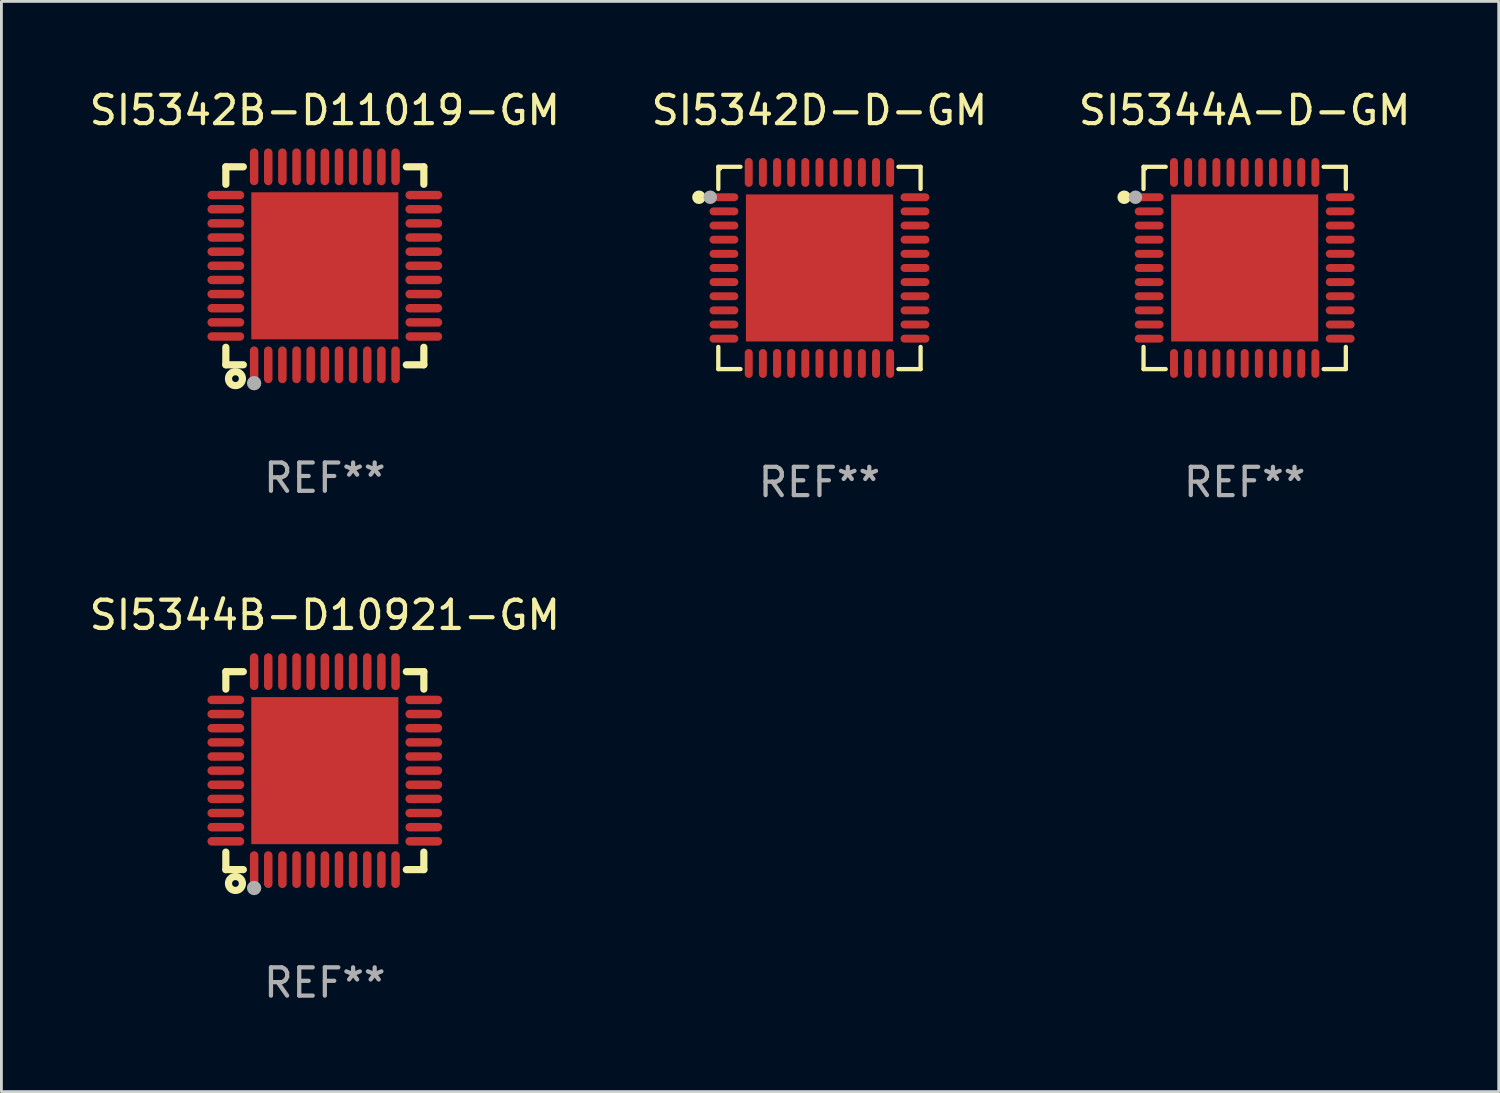
<source format=kicad_pcb>
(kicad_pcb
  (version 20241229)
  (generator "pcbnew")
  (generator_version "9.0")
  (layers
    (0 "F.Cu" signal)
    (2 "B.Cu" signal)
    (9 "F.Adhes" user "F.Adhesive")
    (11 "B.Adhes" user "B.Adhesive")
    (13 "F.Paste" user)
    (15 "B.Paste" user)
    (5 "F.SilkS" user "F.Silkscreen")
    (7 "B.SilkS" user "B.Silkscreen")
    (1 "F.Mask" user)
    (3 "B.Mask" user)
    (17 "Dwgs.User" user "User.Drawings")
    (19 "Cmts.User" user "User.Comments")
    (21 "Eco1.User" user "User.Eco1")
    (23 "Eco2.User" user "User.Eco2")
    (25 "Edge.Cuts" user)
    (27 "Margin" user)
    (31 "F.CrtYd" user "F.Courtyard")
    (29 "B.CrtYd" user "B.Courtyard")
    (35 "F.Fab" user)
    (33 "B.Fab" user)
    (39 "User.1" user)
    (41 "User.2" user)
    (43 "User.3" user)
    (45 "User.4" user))
  (footprint "SI5344A-D-GM"
    (layer "F.Cu")
    (at 40.958 6.424)
    (property "Reference" "SI5344A-D-GM" (at 0 -5.576 0) (layer "F.SilkS") (effects (font (size 1 1) (thickness 0.15))))
    (attr through_hole)
    (fp_line (start -3.576 -3.576) (end -2.792 -3.576) (stroke (width 0.152) (type solid)) (layer "F.SilkS"))
    (fp_line (start -3.576 -2.792) (end -3.576 -3.576) (stroke (width 0.152) (type solid)) (layer "F.SilkS"))
    (fp_line (start -3.576 2.792) (end -3.576 3.576) (stroke (width 0.152) (type solid)) (layer "F.SilkS"))
    (fp_line (start -3.576 3.576) (end -2.792 3.576) (stroke (width 0.152) (type solid)) (layer "F.SilkS"))
    (fp_line (start 3.576 -3.576) (end 2.792 -3.576) (stroke (width 0.152) (type solid)) (layer "F.SilkS"))
    (fp_line (start 3.576 -2.792) (end 3.576 -3.576) (stroke (width 0.152) (type solid)) (layer "F.SilkS"))
    (fp_line (start 3.576 2.792) (end 3.576 3.576) (stroke (width 0.152) (type solid)) (layer "F.SilkS"))
    (fp_line (start 3.576 3.576) (end 2.792 3.576) (stroke (width 0.152) (type solid)) (layer "F.SilkS"))
    (fp_circle (center -4.261 -2.5) (end -4.141 -2.5) (stroke (width 0.24) (type solid)) (fill no) (layer "F.SilkS"))
    (fp_circle (center -3.5 -3.5) (end -3.47 -3.5) (stroke (width 0.06) (type solid)) (fill no) (layer "F.SilkS"))
    (fp_circle (center -3.861 -2.5) (end -3.741 -2.5) (stroke (width 0.24) (type solid)) (fill no) (layer "F.Fab"))
    (fp_text user "REF**" (at 0 7.576 0) (layer "F.Fab") (effects (font (size 1 1) (thickness 0.15))))
    (pad "1" smd oval (at -3.377 -2.5) (size 1.02 0.28) (layers "F.Cu" "F.Mask" "F.Paste"))
    (pad "2" smd oval (at -3.377 -2) (size 1.02 0.28) (layers "F.Cu" "F.Mask" "F.Paste"))
    (pad "3" smd oval (at -3.377 -1.5) (size 1.02 0.28) (layers "F.Cu" "F.Mask" "F.Paste"))
    (pad "4" smd oval (at -3.377 -1) (size 1.02 0.28) (layers "F.Cu" "F.Mask" "F.Paste"))
    (pad "5" smd oval (at -3.377 -0.5) (size 1.02 0.28) (layers "F.Cu" "F.Mask" "F.Paste"))
    (pad "6" smd oval (at -3.377 0) (size 1.02 0.28) (layers "F.Cu" "F.Mask" "F.Paste"))
    (pad "7" smd oval (at -3.377 0.5) (size 1.02 0.28) (layers "F.Cu" "F.Mask" "F.Paste"))
    (pad "8" smd oval (at -3.377 1) (size 1.02 0.28) (layers "F.Cu" "F.Mask" "F.Paste"))
    (pad "9" smd oval (at -3.377 1.5) (size 1.02 0.28) (layers "F.Cu" "F.Mask" "F.Paste"))
    (pad "10" smd oval (at -3.377 2) (size 1.02 0.28) (layers "F.Cu" "F.Mask" "F.Paste"))
    (pad "11" smd oval (at -3.377 2.5) (size 1.02 0.28) (layers "F.Cu" "F.Mask" "F.Paste"))
    (pad "12" smd oval (at -2.5 3.377) (size 0.28 1.02) (layers "F.Cu" "F.Mask" "F.Paste"))
    (pad "13" smd oval (at -2 3.377) (size 0.28 1.02) (layers "F.Cu" "F.Mask" "F.Paste"))
    (pad "14" smd oval (at -1.5 3.377) (size 0.28 1.02) (layers "F.Cu" "F.Mask" "F.Paste"))
    (pad "15" smd oval (at -1 3.377) (size 0.28 1.02) (layers "F.Cu" "F.Mask" "F.Paste"))
    (pad "16" smd oval (at -0.5 3.377) (size 0.28 1.02) (layers "F.Cu" "F.Mask" "F.Paste"))
    (pad "17" smd oval (at 0 3.377) (size 0.28 1.02) (layers "F.Cu" "F.Mask" "F.Paste"))
    (pad "18" smd oval (at 0.5 3.377) (size 0.28 1.02) (layers "F.Cu" "F.Mask" "F.Paste"))
    (pad "19" smd oval (at 1 3.377) (size 0.28 1.02) (layers "F.Cu" "F.Mask" "F.Paste"))
    (pad "20" smd oval (at 1.5 3.377) (size 0.28 1.02) (layers "F.Cu" "F.Mask" "F.Paste"))
    (pad "21" smd oval (at 2 3.377) (size 0.28 1.02) (layers "F.Cu" "F.Mask" "F.Paste"))
    (pad "22" smd oval (at 2.5 3.377) (size 0.28 1.02) (layers "F.Cu" "F.Mask" "F.Paste"))
    (pad "23" smd oval (at 3.377 2.5) (size 1.02 0.28) (layers "F.Cu" "F.Mask" "F.Paste"))
    (pad "24" smd oval (at 3.377 2) (size 1.02 0.28) (layers "F.Cu" "F.Mask" "F.Paste"))
    (pad "25" smd oval (at 3.377 1.5) (size 1.02 0.28) (layers "F.Cu" "F.Mask" "F.Paste"))
    (pad "26" smd oval (at 3.377 1) (size 1.02 0.28) (layers "F.Cu" "F.Mask" "F.Paste"))
    (pad "27" smd oval (at 3.377 0.5) (size 1.02 0.28) (layers "F.Cu" "F.Mask" "F.Paste"))
    (pad "28" smd oval (at 3.377 0) (size 1.02 0.28) (layers "F.Cu" "F.Mask" "F.Paste"))
    (pad "29" smd oval (at 3.377 -0.5) (size 1.02 0.28) (layers "F.Cu" "F.Mask" "F.Paste"))
    (pad "30" smd oval (at 3.377 -1) (size 1.02 0.28) (layers "F.Cu" "F.Mask" "F.Paste"))
    (pad "31" smd oval (at 3.377 -1.5) (size 1.02 0.28) (layers "F.Cu" "F.Mask" "F.Paste"))
    (pad "32" smd oval (at 3.377 -2) (size 1.02 0.28) (layers "F.Cu" "F.Mask" "F.Paste"))
    (pad "33" smd oval (at 3.377 -2.5) (size 1.02 0.28) (layers "F.Cu" "F.Mask" "F.Paste"))
    (pad "34" smd oval (at 2.5 -3.377) (size 0.28 1.02) (layers "F.Cu" "F.Mask" "F.Paste"))
    (pad "35" smd oval (at 2 -3.377) (size 0.28 1.02) (layers "F.Cu" "F.Mask" "F.Paste"))
    (pad "36" smd oval (at 1.5 -3.377) (size 0.28 1.02) (layers "F.Cu" "F.Mask" "F.Paste"))
    (pad "37" smd oval (at 1 -3.377) (size 0.28 1.02) (layers "F.Cu" "F.Mask" "F.Paste"))
    (pad "38" smd oval (at 0.5 -3.377) (size 0.28 1.02) (layers "F.Cu" "F.Mask" "F.Paste"))
    (pad "39" smd oval (at 0 -3.377) (size 0.28 1.02) (layers "F.Cu" "F.Mask" "F.Paste"))
    (pad "40" smd oval (at -0.5 -3.377) (size 0.28 1.02) (layers "F.Cu" "F.Mask" "F.Paste"))
    (pad "41" smd oval (at -1 -3.377) (size 0.28 1.02) (layers "F.Cu" "F.Mask" "F.Paste"))
    (pad "42" smd oval (at -1.5 -3.377) (size 0.28 1.02) (layers "F.Cu" "F.Mask" "F.Paste"))
    (pad "43" smd oval (at -2 -3.377) (size 0.28 1.02) (layers "F.Cu" "F.Mask" "F.Paste"))
    (pad "44" smd oval (at -2.5 -3.377) (size 0.28 1.02) (layers "F.Cu" "F.Mask" "F.Paste"))
    (pad "45" smd rect (at 0 0) (size 5.2 5.2) (layers "F.Cu" "F.Mask" "F.Paste")))
  (footprint "SI5342D-D-GM"
    (layer "F.Cu")
    (at 25.923 6.424)
    (property "Reference" "SI5342D-D-GM" (at 0 -5.576 0) (layer "F.SilkS") (effects (font (size 1 1) (thickness 0.15))))
    (attr through_hole)
    (fp_line (start -3.576 -3.576) (end -2.792 -3.576) (stroke (width 0.152) (type solid)) (layer "F.SilkS"))
    (fp_line (start -3.576 -2.792) (end -3.576 -3.576) (stroke (width 0.152) (type solid)) (layer "F.SilkS"))
    (fp_line (start -3.576 2.792) (end -3.576 3.576) (stroke (width 0.152) (type solid)) (layer "F.SilkS"))
    (fp_line (start -3.576 3.576) (end -2.792 3.576) (stroke (width 0.152) (type solid)) (layer "F.SilkS"))
    (fp_line (start 3.576 -3.576) (end 2.792 -3.576) (stroke (width 0.152) (type solid)) (layer "F.SilkS"))
    (fp_line (start 3.576 -2.792) (end 3.576 -3.576) (stroke (width 0.152) (type solid)) (layer "F.SilkS"))
    (fp_line (start 3.576 2.792) (end 3.576 3.576) (stroke (width 0.152) (type solid)) (layer "F.SilkS"))
    (fp_line (start 3.576 3.576) (end 2.792 3.576) (stroke (width 0.152) (type solid)) (layer "F.SilkS"))
    (fp_circle (center -4.261 -2.5) (end -4.141 -2.5) (stroke (width 0.24) (type solid)) (fill no) (layer "F.SilkS"))
    (fp_circle (center -3.5 -3.5) (end -3.47 -3.5) (stroke (width 0.06) (type solid)) (fill no) (layer "F.SilkS"))
    (fp_circle (center -3.861 -2.5) (end -3.741 -2.5) (stroke (width 0.24) (type solid)) (fill no) (layer "F.Fab"))
    (fp_text user "REF**" (at 0 7.576 0) (layer "F.Fab") (effects (font (size 1 1) (thickness 0.15))))
    (pad "1" smd oval (at -3.377 -2.5) (size 1.02 0.28) (layers "F.Cu" "F.Mask" "F.Paste"))
    (pad "2" smd oval (at -3.377 -2) (size 1.02 0.28) (layers "F.Cu" "F.Mask" "F.Paste"))
    (pad "3" smd oval (at -3.377 -1.5) (size 1.02 0.28) (layers "F.Cu" "F.Mask" "F.Paste"))
    (pad "4" smd oval (at -3.377 -1) (size 1.02 0.28) (layers "F.Cu" "F.Mask" "F.Paste"))
    (pad "5" smd oval (at -3.377 -0.5) (size 1.02 0.28) (layers "F.Cu" "F.Mask" "F.Paste"))
    (pad "6" smd oval (at -3.377 0) (size 1.02 0.28) (layers "F.Cu" "F.Mask" "F.Paste"))
    (pad "7" smd oval (at -3.377 0.5) (size 1.02 0.28) (layers "F.Cu" "F.Mask" "F.Paste"))
    (pad "8" smd oval (at -3.377 1) (size 1.02 0.28) (layers "F.Cu" "F.Mask" "F.Paste"))
    (pad "9" smd oval (at -3.377 1.5) (size 1.02 0.28) (layers "F.Cu" "F.Mask" "F.Paste"))
    (pad "10" smd oval (at -3.377 2) (size 1.02 0.28) (layers "F.Cu" "F.Mask" "F.Paste"))
    (pad "11" smd oval (at -3.377 2.5) (size 1.02 0.28) (layers "F.Cu" "F.Mask" "F.Paste"))
    (pad "12" smd oval (at -2.5 3.377) (size 0.28 1.02) (layers "F.Cu" "F.Mask" "F.Paste"))
    (pad "13" smd oval (at -2 3.377) (size 0.28 1.02) (layers "F.Cu" "F.Mask" "F.Paste"))
    (pad "14" smd oval (at -1.5 3.377) (size 0.28 1.02) (layers "F.Cu" "F.Mask" "F.Paste"))
    (pad "15" smd oval (at -1 3.377) (size 0.28 1.02) (layers "F.Cu" "F.Mask" "F.Paste"))
    (pad "16" smd oval (at -0.5 3.377) (size 0.28 1.02) (layers "F.Cu" "F.Mask" "F.Paste"))
    (pad "17" smd oval (at 0 3.377) (size 0.28 1.02) (layers "F.Cu" "F.Mask" "F.Paste"))
    (pad "18" smd oval (at 0.5 3.377) (size 0.28 1.02) (layers "F.Cu" "F.Mask" "F.Paste"))
    (pad "19" smd oval (at 1 3.377) (size 0.28 1.02) (layers "F.Cu" "F.Mask" "F.Paste"))
    (pad "20" smd oval (at 1.5 3.377) (size 0.28 1.02) (layers "F.Cu" "F.Mask" "F.Paste"))
    (pad "21" smd oval (at 2 3.377) (size 0.28 1.02) (layers "F.Cu" "F.Mask" "F.Paste"))
    (pad "22" smd oval (at 2.5 3.377) (size 0.28 1.02) (layers "F.Cu" "F.Mask" "F.Paste"))
    (pad "23" smd oval (at 3.377 2.5) (size 1.02 0.28) (layers "F.Cu" "F.Mask" "F.Paste"))
    (pad "24" smd oval (at 3.377 2) (size 1.02 0.28) (layers "F.Cu" "F.Mask" "F.Paste"))
    (pad "25" smd oval (at 3.377 1.5) (size 1.02 0.28) (layers "F.Cu" "F.Mask" "F.Paste"))
    (pad "26" smd oval (at 3.377 1) (size 1.02 0.28) (layers "F.Cu" "F.Mask" "F.Paste"))
    (pad "27" smd oval (at 3.377 0.5) (size 1.02 0.28) (layers "F.Cu" "F.Mask" "F.Paste"))
    (pad "28" smd oval (at 3.377 0) (size 1.02 0.28) (layers "F.Cu" "F.Mask" "F.Paste"))
    (pad "29" smd oval (at 3.377 -0.5) (size 1.02 0.28) (layers "F.Cu" "F.Mask" "F.Paste"))
    (pad "30" smd oval (at 3.377 -1) (size 1.02 0.28) (layers "F.Cu" "F.Mask" "F.Paste"))
    (pad "31" smd oval (at 3.377 -1.5) (size 1.02 0.28) (layers "F.Cu" "F.Mask" "F.Paste"))
    (pad "32" smd oval (at 3.377 -2) (size 1.02 0.28) (layers "F.Cu" "F.Mask" "F.Paste"))
    (pad "33" smd oval (at 3.377 -2.5) (size 1.02 0.28) (layers "F.Cu" "F.Mask" "F.Paste"))
    (pad "34" smd oval (at 2.5 -3.377) (size 0.28 1.02) (layers "F.Cu" "F.Mask" "F.Paste"))
    (pad "35" smd oval (at 2 -3.377) (size 0.28 1.02) (layers "F.Cu" "F.Mask" "F.Paste"))
    (pad "36" smd oval (at 1.5 -3.377) (size 0.28 1.02) (layers "F.Cu" "F.Mask" "F.Paste"))
    (pad "37" smd oval (at 1 -3.377) (size 0.28 1.02) (layers "F.Cu" "F.Mask" "F.Paste"))
    (pad "38" smd oval (at 0.5 -3.377) (size 0.28 1.02) (layers "F.Cu" "F.Mask" "F.Paste"))
    (pad "39" smd oval (at 0 -3.377) (size 0.28 1.02) (layers "F.Cu" "F.Mask" "F.Paste"))
    (pad "40" smd oval (at -0.5 -3.377) (size 0.28 1.02) (layers "F.Cu" "F.Mask" "F.Paste"))
    (pad "41" smd oval (at -1 -3.377) (size 0.28 1.02) (layers "F.Cu" "F.Mask" "F.Paste"))
    (pad "42" smd oval (at -1.5 -3.377) (size 0.28 1.02) (layers "F.Cu" "F.Mask" "F.Paste"))
    (pad "43" smd oval (at -2 -3.377) (size 0.28 1.02) (layers "F.Cu" "F.Mask" "F.Paste"))
    (pad "44" smd oval (at -2.5 -3.377) (size 0.28 1.02) (layers "F.Cu" "F.Mask" "F.Paste"))
    (pad "45" smd rect (at 0 0) (size 5.2 5.2) (layers "F.Cu" "F.Mask" "F.Paste")))
  (footprint "SI5342B-D11019-GM"
    (layer "F.Cu")
    (at 8.435 6.348)
    (property "Reference" "SI5342B-D11019-GM" (at 0 -5.5 0) (layer "F.SilkS") (effects (font (size 1 1) (thickness 0.15))))
    (attr through_hole)
    (fp_line (start -3.5 -3.5) (end -2.881 -3.5) (stroke (width 0.254) (type solid)) (layer "F.SilkS"))
    (fp_line (start -3.5 -2.881) (end -3.5 -3.5) (stroke (width 0.254) (type solid)) (layer "F.SilkS"))
    (fp_line (start -3.5 3.5) (end -3.5 2.881) (stroke (width 0.254) (type solid)) (layer "F.SilkS"))
    (fp_line (start -2.881 3.5) (end -3.5 3.5) (stroke (width 0.254) (type solid)) (layer "F.SilkS"))
    (fp_line (start 2.881 -3.5) (end 3.5 -3.5) (stroke (width 0.254) (type solid)) (layer "F.SilkS"))
    (fp_line (start 3.5 -3.5) (end 3.5 -2.881) (stroke (width 0.254) (type solid)) (layer "F.SilkS"))
    (fp_line (start 3.5 2.881) (end 3.5 3.5) (stroke (width 0.254) (type solid)) (layer "F.SilkS"))
    (fp_line (start 3.5 3.5) (end 2.881 3.5) (stroke (width 0.254) (type solid)) (layer "F.SilkS"))
    (fp_circle (center -3.5 3.5) (end -3.47 3.5) (stroke (width 0.06) (type solid)) (fill no) (layer "F.SilkS"))
    (fp_circle (center -3.16 3.99) (end -3.04 3.99) (stroke (width 0.254) (type solid)) (fill no) (layer "F.SilkS"))
    (fp_circle (center -2.5 4.15) (end -2.373 4.15) (stroke (width 0.254) (type solid)) (fill no) (layer "F.Fab"))
    (fp_text user "REF**" (at 0 7.5 0) (layer "F.Fab") (effects (font (size 1 1) (thickness 0.15))))
    (pad "1" smd oval (at -2.5 3.5 90) (size 1.3 0.3) (layers "F.Cu" "F.Mask" "F.Paste"))
    (pad "2" smd oval (at -2 3.5 90) (size 1.3 0.3) (layers "F.Cu" "F.Mask" "F.Paste"))
    (pad "3" smd oval (at -1.5 3.5 90) (size 1.3 0.3) (layers "F.Cu" "F.Mask" "F.Paste"))
    (pad "4" smd oval (at -1 3.5 90) (size 1.3 0.3) (layers "F.Cu" "F.Mask" "F.Paste"))
    (pad "5" smd oval (at -0.5 3.5 90) (size 1.3 0.3) (layers "F.Cu" "F.Mask" "F.Paste"))
    (pad "6" smd oval (at -0.000127 3.5 90) (size 1.3 0.3) (layers "F.Cu" "F.Mask" "F.Paste"))
    (pad "7" smd oval (at 0.5 3.5 90) (size 1.3 0.3) (layers "F.Cu" "F.Mask" "F.Paste"))
    (pad "8" smd oval (at 1 3.5 90) (size 1.3 0.3) (layers "F.Cu" "F.Mask" "F.Paste"))
    (pad "9" smd oval (at 1.5 3.5 90) (size 1.3 0.3) (layers "F.Cu" "F.Mask" "F.Paste"))
    (pad "10" smd oval (at 2 3.5 90) (size 1.3 0.3) (layers "F.Cu" "F.Mask" "F.Paste"))
    (pad "11" smd oval (at 2.5 3.5 90) (size 1.3 0.3) (layers "F.Cu" "F.Mask" "F.Paste"))
    (pad "12" smd oval (at 3.5 2.5 90) (size 0.3 1.3) (layers "F.Cu" "F.Mask" "F.Paste"))
    (pad "13" smd oval (at 3.5 2 90) (size 0.3 1.3) (layers "F.Cu" "F.Mask" "F.Paste"))
    (pad "14" smd oval (at 3.5 1.5 90) (size 0.3 1.3) (layers "F.Cu" "F.Mask" "F.Paste"))
    (pad "15" smd oval (at 3.5 1 90) (size 0.3 1.3) (layers "F.Cu" "F.Mask" "F.Paste"))
    (pad "16" smd oval (at 3.5 0.5 90) (size 0.3 1.3) (layers "F.Cu" "F.Mask" "F.Paste"))
    (pad "17" smd oval (at 3.5 0.000127 90) (size 0.3 1.3) (layers "F.Cu" "F.Mask" "F.Paste"))
    (pad "18" smd oval (at 3.5 -0.5 90) (size 0.3 1.3) (layers "F.Cu" "F.Mask" "F.Paste"))
    (pad "19" smd oval (at 3.5 -1 90) (size 0.3 1.3) (layers "F.Cu" "F.Mask" "F.Paste"))
    (pad "20" smd oval (at 3.5 -1.5 90) (size 0.3 1.3) (layers "F.Cu" "F.Mask" "F.Paste"))
    (pad "21" smd oval (at 3.5 -2 90) (size 0.3 1.3) (layers "F.Cu" "F.Mask" "F.Paste"))
    (pad "22" smd oval (at 3.5 -2.5 90) (size 0.3 1.3) (layers "F.Cu" "F.Mask" "F.Paste"))
    (pad "23" smd oval (at 2.5 -3.5 90) (size 1.3 0.3) (layers "F.Cu" "F.Mask" "F.Paste"))
    (pad "24" smd oval (at 2 -3.5 90) (size 1.3 0.3) (layers "F.Cu" "F.Mask" "F.Paste"))
    (pad "25" smd oval (at 1.5 -3.5 90) (size 1.3 0.3) (layers "F.Cu" "F.Mask" "F.Paste"))
    (pad "26" smd oval (at 1 -3.5 90) (size 1.3 0.3) (layers "F.Cu" "F.Mask" "F.Paste"))
    (pad "27" smd oval (at 0.5 -3.5 90) (size 1.3 0.3) (layers "F.Cu" "F.Mask" "F.Paste"))
    (pad "28" smd oval (at -0.000127 -3.5 90) (size 1.3 0.3) (layers "F.Cu" "F.Mask" "F.Paste"))
    (pad "29" smd oval (at -0.5 -3.5 90) (size 1.3 0.3) (layers "F.Cu" "F.Mask" "F.Paste"))
    (pad "30" smd oval (at -1 -3.5 90) (size 1.3 0.3) (layers "F.Cu" "F.Mask" "F.Paste"))
    (pad "31" smd oval (at -1.5 -3.5 90) (size 1.3 0.3) (layers "F.Cu" "F.Mask" "F.Paste"))
    (pad "32" smd oval (at -2 -3.5 90) (size 1.3 0.3) (layers "F.Cu" "F.Mask" "F.Paste"))
    (pad "33" smd oval (at -2.5 -3.5 90) (size 1.3 0.3) (layers "F.Cu" "F.Mask" "F.Paste"))
    (pad "34" smd oval (at -3.5 -2.5 90) (size 0.3 1.3) (layers "F.Cu" "F.Mask" "F.Paste"))
    (pad "35" smd oval (at -3.5 -2 90) (size 0.3 1.3) (layers "F.Cu" "F.Mask" "F.Paste"))
    (pad "36" smd oval (at -3.5 -1.5 90) (size 0.3 1.3) (layers "F.Cu" "F.Mask" "F.Paste"))
    (pad "37" smd oval (at -3.5 -1 90) (size 0.3 1.3) (layers "F.Cu" "F.Mask" "F.Paste"))
    (pad "38" smd oval (at -3.5 -0.5 90) (size 0.3 1.3) (layers "F.Cu" "F.Mask" "F.Paste"))
    (pad "39" smd oval (at -3.5 0.000127 90) (size 0.3 1.3) (layers "F.Cu" "F.Mask" "F.Paste"))
    (pad "40" smd oval (at -3.5 0.5 90) (size 0.3 1.3) (layers "F.Cu" "F.Mask" "F.Paste"))
    (pad "41" smd oval (at -3.5 1 90) (size 0.3 1.3) (layers "F.Cu" "F.Mask" "F.Paste"))
    (pad "42" smd oval (at -3.5 1.5 90) (size 0.3 1.3) (layers "F.Cu" "F.Mask" "F.Paste"))
    (pad "43" smd oval (at -3.5 2 90) (size 0.3 1.3) (layers "F.Cu" "F.Mask" "F.Paste"))
    (pad "44" smd oval (at -3.5 2.5 90) (size 0.3 1.3) (layers "F.Cu" "F.Mask" "F.Paste"))
    (pad "45" smd rect (at -0.000127 0.000127 90) (size 5.2 5.2) (layers "F.Cu" "F.Mask" "F.Paste")))
  (footprint "SI5344B-D10921-GM"
    (layer "F.Cu")
    (at 8.435 24.197)
    (property "Reference" "SI5344B-D10921-GM" (at 0 -5.5 0) (layer "F.SilkS") (effects (font (size 1 1) (thickness 0.15))))
    (attr through_hole)
    (fp_line (start -3.5 -3.5) (end -2.881 -3.5) (stroke (width 0.254) (type solid)) (layer "F.SilkS"))
    (fp_line (start -3.5 -2.881) (end -3.5 -3.5) (stroke (width 0.254) (type solid)) (layer "F.SilkS"))
    (fp_line (start -3.5 3.5) (end -3.5 2.881) (stroke (width 0.254) (type solid)) (layer "F.SilkS"))
    (fp_line (start -2.881 3.5) (end -3.5 3.5) (stroke (width 0.254) (type solid)) (layer "F.SilkS"))
    (fp_line (start 2.881 -3.5) (end 3.5 -3.5) (stroke (width 0.254) (type solid)) (layer "F.SilkS"))
    (fp_line (start 3.5 -3.5) (end 3.5 -2.881) (stroke (width 0.254) (type solid)) (layer "F.SilkS"))
    (fp_line (start 3.5 2.881) (end 3.5 3.5) (stroke (width 0.254) (type solid)) (layer "F.SilkS"))
    (fp_line (start 3.5 3.5) (end 2.881 3.5) (stroke (width 0.254) (type solid)) (layer "F.SilkS"))
    (fp_circle (center -3.5 3.5) (end -3.47 3.5) (stroke (width 0.06) (type solid)) (fill no) (layer "F.SilkS"))
    (fp_circle (center -3.16 3.99) (end -3.04 3.99) (stroke (width 0.254) (type solid)) (fill no) (layer "F.SilkS"))
    (fp_circle (center -2.5 4.15) (end -2.373 4.15) (stroke (width 0.254) (type solid)) (fill no) (layer "F.Fab"))
    (fp_text user "REF**" (at 0 7.5 0) (layer "F.Fab") (effects (font (size 1 1) (thickness 0.15))))
    (pad "1" smd oval (at -2.5 3.5 90) (size 1.3 0.3) (layers "F.Cu" "F.Mask" "F.Paste"))
    (pad "2" smd oval (at -2 3.5 90) (size 1.3 0.3) (layers "F.Cu" "F.Mask" "F.Paste"))
    (pad "3" smd oval (at -1.5 3.5 90) (size 1.3 0.3) (layers "F.Cu" "F.Mask" "F.Paste"))
    (pad "4" smd oval (at -1 3.5 90) (size 1.3 0.3) (layers "F.Cu" "F.Mask" "F.Paste"))
    (pad "5" smd oval (at -0.5 3.5 90) (size 1.3 0.3) (layers "F.Cu" "F.Mask" "F.Paste"))
    (pad "6" smd oval (at -0.000127 3.5 90) (size 1.3 0.3) (layers "F.Cu" "F.Mask" "F.Paste"))
    (pad "7" smd oval (at 0.5 3.5 90) (size 1.3 0.3) (layers "F.Cu" "F.Mask" "F.Paste"))
    (pad "8" smd oval (at 1 3.5 90) (size 1.3 0.3) (layers "F.Cu" "F.Mask" "F.Paste"))
    (pad "9" smd oval (at 1.5 3.5 90) (size 1.3 0.3) (layers "F.Cu" "F.Mask" "F.Paste"))
    (pad "10" smd oval (at 2 3.5 90) (size 1.3 0.3) (layers "F.Cu" "F.Mask" "F.Paste"))
    (pad "11" smd oval (at 2.5 3.5 90) (size 1.3 0.3) (layers "F.Cu" "F.Mask" "F.Paste"))
    (pad "12" smd oval (at 3.5 2.5 90) (size 0.3 1.3) (layers "F.Cu" "F.Mask" "F.Paste"))
    (pad "13" smd oval (at 3.5 2 90) (size 0.3 1.3) (layers "F.Cu" "F.Mask" "F.Paste"))
    (pad "14" smd oval (at 3.5 1.5 90) (size 0.3 1.3) (layers "F.Cu" "F.Mask" "F.Paste"))
    (pad "15" smd oval (at 3.5 1 90) (size 0.3 1.3) (layers "F.Cu" "F.Mask" "F.Paste"))
    (pad "16" smd oval (at 3.5 0.5 90) (size 0.3 1.3) (layers "F.Cu" "F.Mask" "F.Paste"))
    (pad "17" smd oval (at 3.5 0.000127 90) (size 0.3 1.3) (layers "F.Cu" "F.Mask" "F.Paste"))
    (pad "18" smd oval (at 3.5 -0.5 90) (size 0.3 1.3) (layers "F.Cu" "F.Mask" "F.Paste"))
    (pad "19" smd oval (at 3.5 -1 90) (size 0.3 1.3) (layers "F.Cu" "F.Mask" "F.Paste"))
    (pad "20" smd oval (at 3.5 -1.5 90) (size 0.3 1.3) (layers "F.Cu" "F.Mask" "F.Paste"))
    (pad "21" smd oval (at 3.5 -2 90) (size 0.3 1.3) (layers "F.Cu" "F.Mask" "F.Paste"))
    (pad "22" smd oval (at 3.5 -2.5 90) (size 0.3 1.3) (layers "F.Cu" "F.Mask" "F.Paste"))
    (pad "23" smd oval (at 2.5 -3.5 90) (size 1.3 0.3) (layers "F.Cu" "F.Mask" "F.Paste"))
    (pad "24" smd oval (at 2 -3.5 90) (size 1.3 0.3) (layers "F.Cu" "F.Mask" "F.Paste"))
    (pad "25" smd oval (at 1.5 -3.5 90) (size 1.3 0.3) (layers "F.Cu" "F.Mask" "F.Paste"))
    (pad "26" smd oval (at 1 -3.5 90) (size 1.3 0.3) (layers "F.Cu" "F.Mask" "F.Paste"))
    (pad "27" smd oval (at 0.5 -3.5 90) (size 1.3 0.3) (layers "F.Cu" "F.Mask" "F.Paste"))
    (pad "28" smd oval (at -0.000127 -3.5 90) (size 1.3 0.3) (layers "F.Cu" "F.Mask" "F.Paste"))
    (pad "29" smd oval (at -0.5 -3.5 90) (size 1.3 0.3) (layers "F.Cu" "F.Mask" "F.Paste"))
    (pad "30" smd oval (at -1 -3.5 90) (size 1.3 0.3) (layers "F.Cu" "F.Mask" "F.Paste"))
    (pad "31" smd oval (at -1.5 -3.5 90) (size 1.3 0.3) (layers "F.Cu" "F.Mask" "F.Paste"))
    (pad "32" smd oval (at -2 -3.5 90) (size 1.3 0.3) (layers "F.Cu" "F.Mask" "F.Paste"))
    (pad "33" smd oval (at -2.5 -3.5 90) (size 1.3 0.3) (layers "F.Cu" "F.Mask" "F.Paste"))
    (pad "34" smd oval (at -3.5 -2.5 90) (size 0.3 1.3) (layers "F.Cu" "F.Mask" "F.Paste"))
    (pad "35" smd oval (at -3.5 -2 90) (size 0.3 1.3) (layers "F.Cu" "F.Mask" "F.Paste"))
    (pad "36" smd oval (at -3.5 -1.5 90) (size 0.3 1.3) (layers "F.Cu" "F.Mask" "F.Paste"))
    (pad "37" smd oval (at -3.5 -1 90) (size 0.3 1.3) (layers "F.Cu" "F.Mask" "F.Paste"))
    (pad "38" smd oval (at -3.5 -0.5 90) (size 0.3 1.3) (layers "F.Cu" "F.Mask" "F.Paste"))
    (pad "39" smd oval (at -3.5 0.000127 90) (size 0.3 1.3) (layers "F.Cu" "F.Mask" "F.Paste"))
    (pad "40" smd oval (at -3.5 0.5 90) (size 0.3 1.3) (layers "F.Cu" "F.Mask" "F.Paste"))
    (pad "41" smd oval (at -3.5 1 90) (size 0.3 1.3) (layers "F.Cu" "F.Mask" "F.Paste"))
    (pad "42" smd oval (at -3.5 1.5 90) (size 0.3 1.3) (layers "F.Cu" "F.Mask" "F.Paste"))
    (pad "43" smd oval (at -3.5 2 90) (size 0.3 1.3) (layers "F.Cu" "F.Mask" "F.Paste"))
    (pad "44" smd oval (at -3.5 2.5 90) (size 0.3 1.3) (layers "F.Cu" "F.Mask" "F.Paste"))
    (pad "45" smd rect (at -0.000127 0.000127 90) (size 5.2 5.2) (layers "F.Cu" "F.Mask" "F.Paste")))
  (gr_rect
    (start -3 -3)
    (end 49.94 35.545)
    (stroke (width 0.1) (type default))
    (fill no)
    (layer "Edge.Cuts")))
</source>
